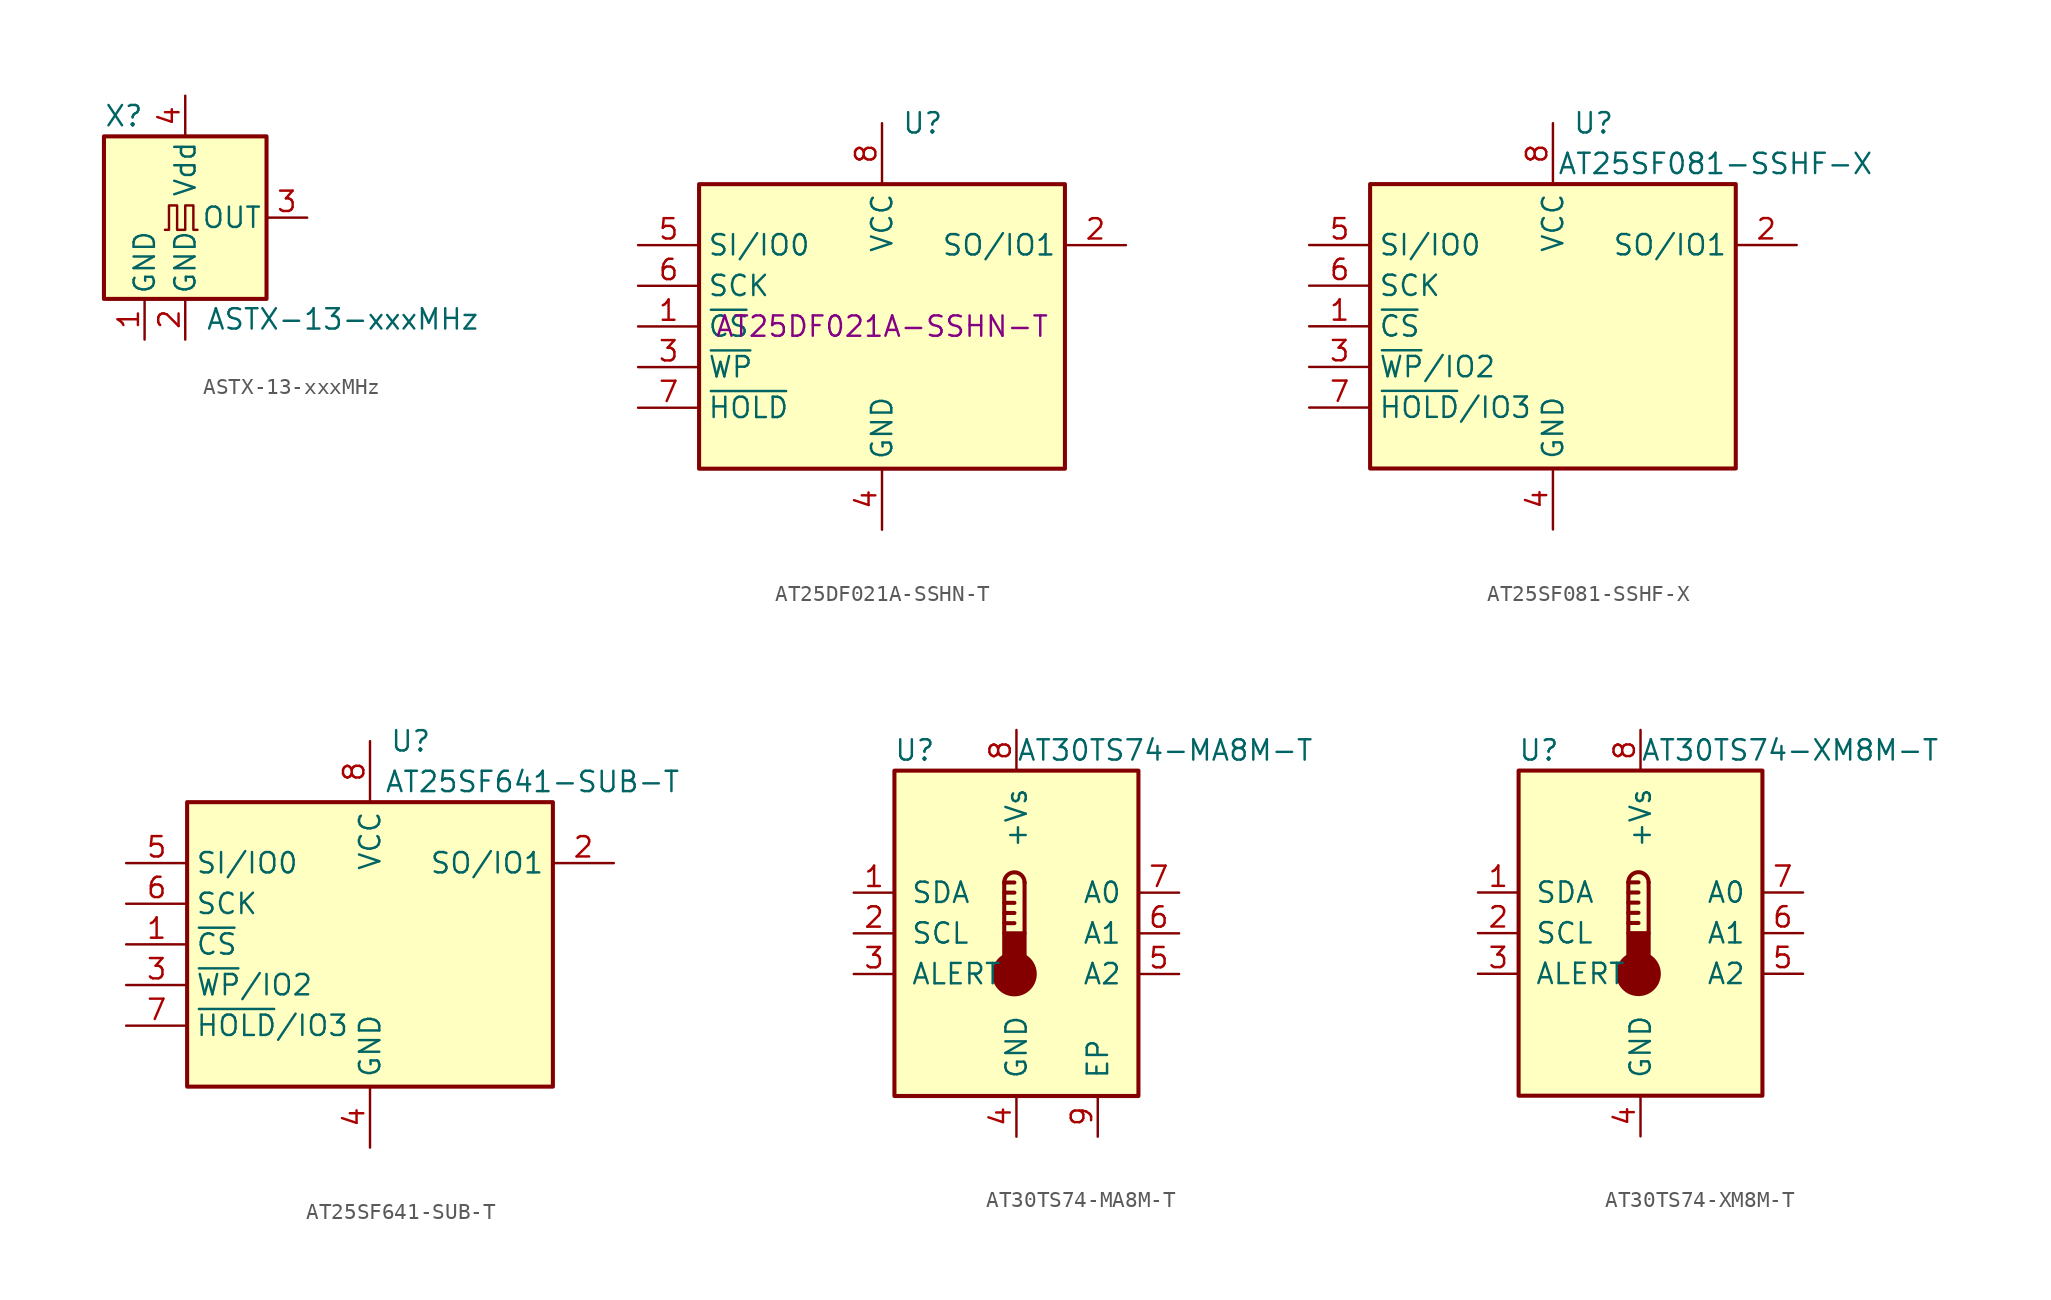
<source format=kicad_sym>
(kicad_symbol_lib
  (version 20220914)
  (generator kicad_symbol_editor)
  (symbol "ASTX-13-xxxMHz"
    (pin_names
      (offset 0.254))
    (property "Reference" "X"
      (at -5.08 6.35 0)
      (effects (font (size 1.27 1.27)) (justify left)))
    (property "Value" "ASTX-13-xxxMHz"
      (at 1.27 -6.35 0)
      (effects (font (size 1.27 1.27)) (justify left)))
    (symbol "ASTX-13-xxxMHz_0_1"
      (rectangle (start -5.08 5.08) (end 5.08 -5.08) (stroke (width 0.254) (type default)) (fill (type background)))
      (polyline (pts (xy -1.27 -0.762) (xy -1.016 -0.762) (xy -1.016 0.762) (xy -0.508 0.762) (xy -0.508 -0.762) (xy 0 -0.762) (xy 0 0.762) (xy 0.508 0.762) (xy 0.508 -0.762) (xy 0.762 -0.762)) (stroke (width 0) (type default)) (fill (type none))))
    (symbol "ASTX-13-xxxMHz_1_1"
      (pin power_in line (at -2.54 -7.62 90) (length 2.54) (name "GND" (effects (font (size 1.27 1.27)))) (number "1" (effects (font (size 1.27 1.27)))))
      (pin power_in line (at 0 -7.62 90) (length 2.54) (name "GND" (effects (font (size 1.27 1.27)))) (number "2" (effects (font (size 1.27 1.27)))))
      (pin output line (at 7.62 0 180) (length 2.54) (name "OUT" (effects (font (size 1.27 1.27)))) (number "3" (effects (font (size 1.27 1.27)))))
      (pin power_in line (at 0 7.62 270) (length 2.54) (name "Vdd" (effects (font (size 1.27 1.27)))) (number "4" (effects (font (size 1.27 1.27)))))))
  (symbol "AT25DF021A-SSHN-T"
    (property "Reference" "U"
      (at 2.54 12.7 0)
      (effects (font (size 1.27 1.27))))
    (property "MPN" "AT25DF021A-SSHN-T"
      (at 0 0 0)
      (effects (font (size 1.27 1.27))))
    (symbol "AT25DF021A-SSHN-T_1_1"
      (rectangle (start -11.43 8.89) (end 11.43 -8.89) (stroke (width 0.254) (type default)) (fill (type background)))
      (pin input line (at -15.24 0 0) (length 3.81) (name "~{CS}" (effects (font (size 1.27 1.27)))) (number "1" (effects (font (size 1.27 1.27)))))
      (pin bidirectional line (at 15.24 5.08 180) (length 3.81) (name "SO/IO1" (effects (font (size 1.27 1.27)))) (number "2" (effects (font (size 1.27 1.27)))))
      (pin bidirectional line (at -15.24 -2.54 0) (length 3.81) (name "~{WP}" (effects (font (size 1.27 1.27)))) (number "3" (effects (font (size 1.27 1.27)))))
      (pin power_in line (at 0 -12.7 90) (length 3.81) (name "GND" (effects (font (size 1.27 1.27)))) (number "4" (effects (font (size 1.27 1.27)))))
      (pin bidirectional line (at -15.24 5.08 0) (length 3.81) (name "SI/IO0" (effects (font (size 1.27 1.27)))) (number "5" (effects (font (size 1.27 1.27)))))
      (pin input line (at -15.24 2.54 0) (length 3.81) (name "SCK" (effects (font (size 1.27 1.27)))) (number "6" (effects (font (size 1.27 1.27)))))
      (pin bidirectional line (at -15.24 -5.08 0) (length 3.81) (name "~{HOLD}" (effects (font (size 1.27 1.27)))) (number "7" (effects (font (size 1.27 1.27)))))
      (pin power_in line (at 0 12.7 270) (length 3.81) (name "VCC" (effects (font (size 1.27 1.27)))) (number "8" (effects (font (size 1.27 1.27)))))))
  (symbol "AT25SF081-SSHF-X"
    (property "Reference" "U"
      (at 2.54 12.7 0)
      (effects (font (size 1.27 1.27))))
    (property "Value" "AT25SF081-SSHF-X"
      (at 10.16 10.16 0)
      (effects (font (size 1.27 1.27))))
    (symbol "AT25SF081-SSHF-X_1_1"
      (rectangle (start -11.43 8.89) (end 11.43 -8.89) (stroke (width 0.254) (type default)) (fill (type background)))
      (pin input line (at -15.24 0 0) (length 3.81) (name "~{CS}" (effects (font (size 1.27 1.27)))) (number "1" (effects (font (size 1.27 1.27)))))
      (pin bidirectional line (at 15.24 5.08 180) (length 3.81) (name "SO/IO1" (effects (font (size 1.27 1.27)))) (number "2" (effects (font (size 1.27 1.27)))))
      (pin bidirectional line (at -15.24 -2.54 0) (length 3.81) (name "~{WP}/IO2" (effects (font (size 1.27 1.27)))) (number "3" (effects (font (size 1.27 1.27)))))
      (pin power_in line (at 0 -12.7 90) (length 3.81) (name "GND" (effects (font (size 1.27 1.27)))) (number "4" (effects (font (size 1.27 1.27)))))
      (pin bidirectional line (at -15.24 5.08 0) (length 3.81) (name "SI/IO0" (effects (font (size 1.27 1.27)))) (number "5" (effects (font (size 1.27 1.27)))))
      (pin input line (at -15.24 2.54 0) (length 3.81) (name "SCK" (effects (font (size 1.27 1.27)))) (number "6" (effects (font (size 1.27 1.27)))))
      (pin bidirectional line (at -15.24 -5.08 0) (length 3.81) (name "~{HOLD}/IO3" (effects (font (size 1.27 1.27)))) (number "7" (effects (font (size 1.27 1.27)))))
      (pin power_in line (at 0 12.7 270) (length 3.81) (name "VCC" (effects (font (size 1.27 1.27)))) (number "8" (effects (font (size 1.27 1.27)))))))
  (symbol "AT25SF641-SUB-T"
    (property "Reference" "U"
      (at 2.54 12.7 0)
      (effects (font (size 1.27 1.27))))
    (property "Value" "AT25SF641-SUB-T"
      (at 10.16 10.16 0)
      (effects (font (size 1.27 1.27))))
    (symbol "AT25SF641-SUB-T_1_1"
      (rectangle (start -11.43 8.89) (end 11.43 -8.89) (stroke (width 0.254) (type default)) (fill (type background)))
      (pin input line (at -15.24 0 0) (length 3.81) (name "~{CS}" (effects (font (size 1.27 1.27)))) (number "1" (effects (font (size 1.27 1.27)))))
      (pin bidirectional line (at 15.24 5.08 180) (length 3.81) (name "SO/IO1" (effects (font (size 1.27 1.27)))) (number "2" (effects (font (size 1.27 1.27)))))
      (pin bidirectional line (at -15.24 -2.54 0) (length 3.81) (name "~{WP}/IO2" (effects (font (size 1.27 1.27)))) (number "3" (effects (font (size 1.27 1.27)))))
      (pin power_in line (at 0 -12.7 90) (length 3.81) (name "GND" (effects (font (size 1.27 1.27)))) (number "4" (effects (font (size 1.27 1.27)))))
      (pin bidirectional line (at -15.24 5.08 0) (length 3.81) (name "SI/IO0" (effects (font (size 1.27 1.27)))) (number "5" (effects (font (size 1.27 1.27)))))
      (pin input line (at -15.24 2.54 0) (length 3.81) (name "SCK" (effects (font (size 1.27 1.27)))) (number "6" (effects (font (size 1.27 1.27)))))
      (pin bidirectional line (at -15.24 -5.08 0) (length 3.81) (name "~{HOLD}/IO3" (effects (font (size 1.27 1.27)))) (number "7" (effects (font (size 1.27 1.27)))))
      (pin power_in line (at 0 12.7 270) (length 3.81) (name "VCC" (effects (font (size 1.27 1.27)))) (number "8" (effects (font (size 1.27 1.27)))))))
  (symbol "AT30TS74-MA8M-T"
    (pin_names
      (offset 1.016))
    (property "Reference" "U"
      (at -6.35 11.43 0)
      (effects (font (size 1.27 1.27))))
    (property "Value" "AT30TS74-MA8M-T"
      (at 0 11.43 0)
      (effects (font (size 1.27 1.27)) (justify left)))
    (symbol "AT30TS74-MA8M-T_0_1"
      (rectangle (start -7.62 10.16) (end 7.62 -10.16) (stroke (width 0.254) (type default)) (fill (type background)))
      (circle (center -0.127 -2.54) (radius 1.27) (stroke (width 0.254) (type default)) (fill (type outline)))
      (polyline (pts (xy -0.762 0.635) (xy -0.127 0.635)) (stroke (width 0.254) (type default)) (fill (type none)))
      (polyline (pts (xy -0.762 1.27) (xy -0.127 1.27)) (stroke (width 0.254) (type default)) (fill (type none)))
      (polyline (pts (xy -0.762 1.905) (xy -0.127 1.905)) (stroke (width 0.254) (type default)) (fill (type none)))
      (polyline (pts (xy -0.762 2.54) (xy -0.127 2.54)) (stroke (width 0.254) (type default)) (fill (type none)))
      (polyline (pts (xy -0.762 3.175) (xy -0.762 0)) (stroke (width 0.254) (type default)) (fill (type none)))
      (polyline (pts (xy -0.762 3.175) (xy -0.127 3.175)) (stroke (width 0.254) (type default)) (fill (type none)))
      (polyline (pts (xy 0.508 3.175) (xy 0.508 0)) (stroke (width 0.254) (type default)) (fill (type none)))
      (rectangle (start 0.508 -1.905) (end -0.762 0) (stroke (width 0.254) (type default)) (fill (type outline)))
      (arc (start 0.508 3.175) (mid -0.127 3.8073) (end -0.762 3.175) (stroke (width 0.254) (type default)) (fill (type none))))
    (symbol "AT30TS74-MA8M-T_1_1"
      (pin bidirectional line (at -10.16 2.54 0) (length 2.54) (name "SDA" (effects (font (size 1.27 1.27)))) (number "1" (effects (font (size 1.27 1.27)))))
      (pin input line (at -10.16 0 0) (length 2.54) (name "SCL" (effects (font (size 1.27 1.27)))) (number "2" (effects (font (size 1.27 1.27)))))
      (pin open_collector line (at -10.16 -2.54 0) (length 2.54) (name "ALERT" (effects (font (size 1.27 1.27)))) (number "3" (effects (font (size 1.27 1.27)))))
      (pin power_in line (at 0 -12.7 90) (length 2.54) (name "GND" (effects (font (size 1.27 1.27)))) (number "4" (effects (font (size 1.27 1.27)))))
      (pin input line (at 10.16 -2.54 180) (length 2.54) (name "A2" (effects (font (size 1.27 1.27)))) (number "5" (effects (font (size 1.27 1.27)))))
      (pin input line (at 10.16 0 180) (length 2.54) (name "A1" (effects (font (size 1.27 1.27)))) (number "6" (effects (font (size 1.27 1.27)))))
      (pin input line (at 10.16 2.54 180) (length 2.54) (name "A0" (effects (font (size 1.27 1.27)))) (number "7" (effects (font (size 1.27 1.27)))))
      (pin power_in line (at 0 12.7 270) (length 2.54) (name "+Vs" (effects (font (size 1.27 1.27)))) (number "8" (effects (font (size 1.27 1.27)))))
      (pin passive line (at 5.08 -12.7 90) (length 2.54) (name "EP" (effects (font (size 1.27 1.27)))) (number "9" (effects (font (size 1.27 1.27)))))))
  (symbol "AT30TS74-XM8M-T "
    (pin_names
      (offset 1.016))
    (property "Reference" "U"
      (at -6.35 11.43 0)
      (effects (font (size 1.27 1.27))))
    (property "Value" "AT30TS74-XM8M-T "
      (at 0 11.43 0)
      (effects (font (size 1.27 1.27)) (justify left)))
    (symbol "AT30TS74-XM8M-T _0_1"
      (rectangle (start -7.62 10.16) (end 7.62 -10.16) (stroke (width 0.254) (type default)) (fill (type background)))
      (circle (center -0.127 -2.54) (radius 1.27) (stroke (width 0.254) (type default)) (fill (type outline)))
      (polyline (pts (xy -0.762 0.635) (xy -0.127 0.635)) (stroke (width 0.254) (type default)) (fill (type none)))
      (polyline (pts (xy -0.762 1.27) (xy -0.127 1.27)) (stroke (width 0.254) (type default)) (fill (type none)))
      (polyline (pts (xy -0.762 1.905) (xy -0.127 1.905)) (stroke (width 0.254) (type default)) (fill (type none)))
      (polyline (pts (xy -0.762 2.54) (xy -0.127 2.54)) (stroke (width 0.254) (type default)) (fill (type none)))
      (polyline (pts (xy -0.762 3.175) (xy -0.762 0)) (stroke (width 0.254) (type default)) (fill (type none)))
      (polyline (pts (xy -0.762 3.175) (xy -0.127 3.175)) (stroke (width 0.254) (type default)) (fill (type none)))
      (polyline (pts (xy 0.508 3.175) (xy 0.508 0)) (stroke (width 0.254) (type default)) (fill (type none)))
      (rectangle (start 0.508 -1.905) (end -0.762 0) (stroke (width 0.254) (type default)) (fill (type outline)))
      (arc (start 0.508 3.175) (mid -0.127 3.8073) (end -0.762 3.175) (stroke (width 0.254) (type default)) (fill (type none))))
    (symbol "AT30TS74-XM8M-T _1_1"
      (pin bidirectional line (at -10.16 2.54 0) (length 2.54) (name "SDA" (effects (font (size 1.27 1.27)))) (number "1" (effects (font (size 1.27 1.27)))))
      (pin input line (at -10.16 0 0) (length 2.54) (name "SCL" (effects (font (size 1.27 1.27)))) (number "2" (effects (font (size 1.27 1.27)))))
      (pin open_collector line (at -10.16 -2.54 0) (length 2.54) (name "ALERT" (effects (font (size 1.27 1.27)))) (number "3" (effects (font (size 1.27 1.27)))))
      (pin power_in line (at 0 -12.7 90) (length 2.54) (name "GND" (effects (font (size 1.27 1.27)))) (number "4" (effects (font (size 1.27 1.27)))))
      (pin input line (at 10.16 -2.54 180) (length 2.54) (name "A2" (effects (font (size 1.27 1.27)))) (number "5" (effects (font (size 1.27 1.27)))))
      (pin input line (at 10.16 0 180) (length 2.54) (name "A1" (effects (font (size 1.27 1.27)))) (number "6" (effects (font (size 1.27 1.27)))))
      (pin input line (at 10.16 2.54 180) (length 2.54) (name "A0" (effects (font (size 1.27 1.27)))) (number "7" (effects (font (size 1.27 1.27)))))
      (pin power_in line (at 0 12.7 270) (length 2.54) (name "+Vs" (effects (font (size 1.27 1.27)))) (number "8" (effects (font (size 1.27 1.27))))))))
</source>
